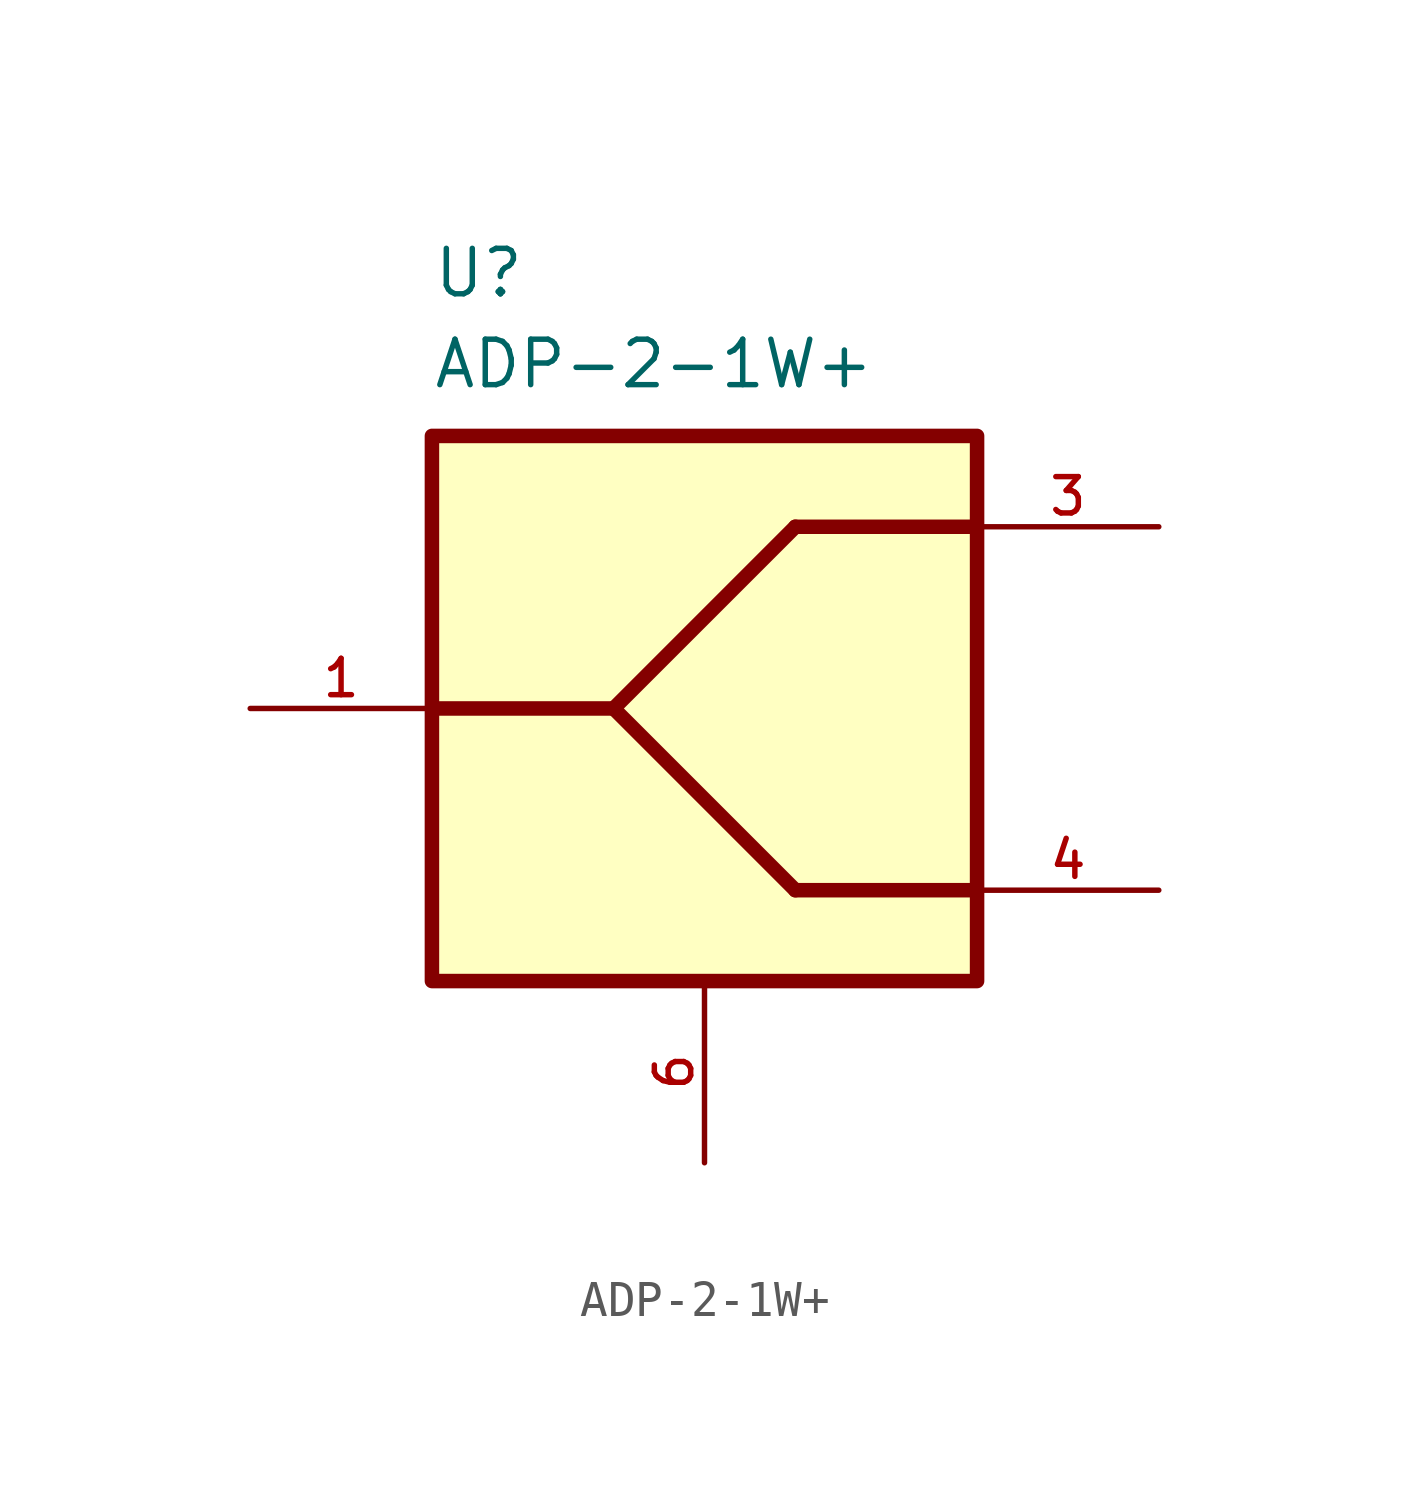
<source format=kicad_sym>
(kicad_symbol_lib
  (version 20211014)
  (generator kicad_symbol_editor)
  (symbol "ADP-2-1W+"
    (pin_names
      (offset 1.016))
    (property "Reference" "U"
      (at -7.62 11.43 0)
      (effects (font (size 1.27 1.27)) (justify bottom left)))
    (property "Value" "ADP-2-1W+"
      (at -7.62 8.89 0)
      (effects (font (size 1.27 1.27)) (justify bottom left)))
    (symbol "ADP-2-1W+_0_0"
      (polyline (pts (xy 7.62 5.08) (xy 2.54 5.08)) (stroke (width 0.406)))
      (polyline (pts (xy 2.54 5.08) (xy -2.54 0.0)) (stroke (width 0.406)))
      (polyline (pts (xy 7.62 -5.08) (xy 2.54 -5.08)) (stroke (width 0.406)))
      (polyline (pts (xy 2.54 -5.08) (xy -2.54 0.0)) (stroke (width 0.406)))
      (polyline (pts (xy -7.62 0.0) (xy -2.54 0.0)) (stroke (width 0.406)))
      (rectangle (start -7.62 -7.62) (end 7.62 7.62) (stroke (width 0.406)) (fill (type background)))
      (pin passive line (at 12.7 -5.08 180.0) (length 5.08) (name "~" (effects (font (size 1.016 1.016)))) (number "4" (effects (font (size 1.016 1.016)))))
      (pin passive line (at 0.0 -12.7 90.0) (length 5.08) (name "~" (effects (font (size 1.016 1.016)))) (number "6" (effects (font (size 1.016 1.016)))))
      (pin passive line (at -12.7 0.0 0) (length 5.08) (name "~" (effects (font (size 1.016 1.016)))) (number "1" (effects (font (size 1.016 1.016)))))
      (pin passive line (at 12.7 5.08 180.0) (length 5.08) (name "~" (effects (font (size 1.016 1.016)))) (number "3" (effects (font (size 1.016 1.016))))))))
</source>
